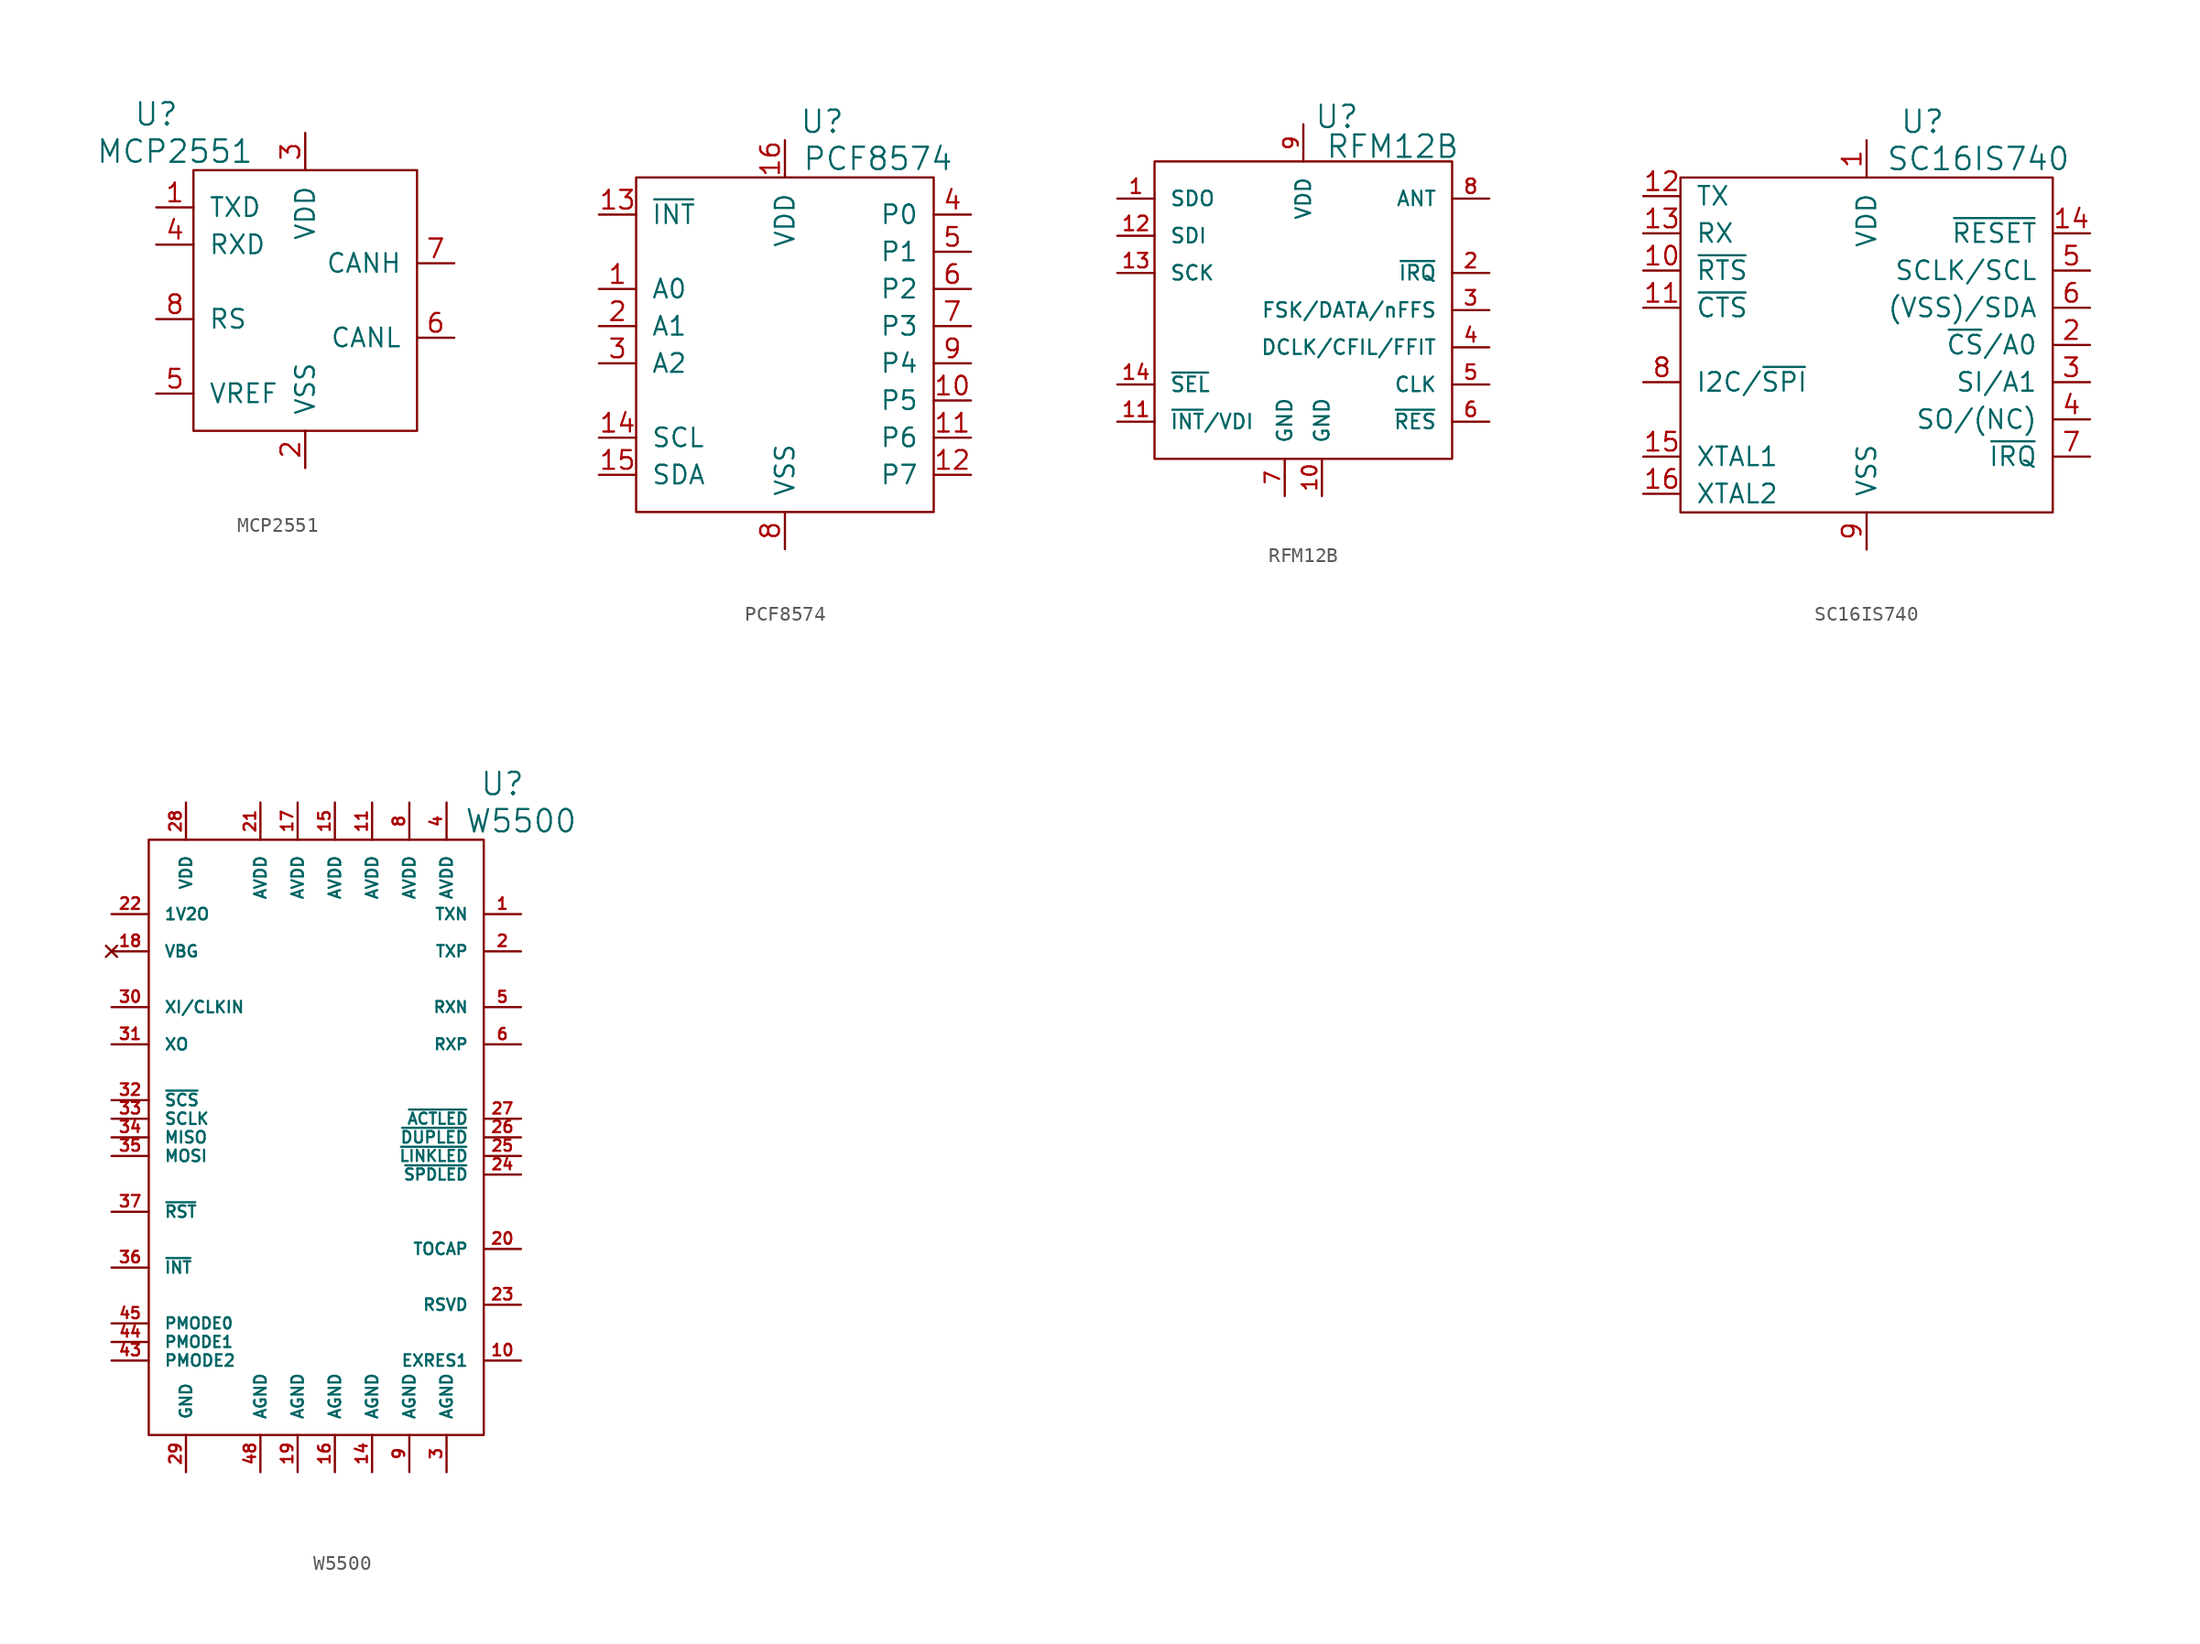
<source format=kicad_sym>
(kicad_symbol_lib
  (version 20220914)
  (generator kicad_symbol_editor)
  (symbol "MCP2551"
    (pin_names
      (offset 1.016))
    (property "Reference" "U"
      (at -10.16 12.7 0)
      (effects (font (size 1.524 1.524))))
    (property "Value" "MCP2551"
      (at -8.89 10.16 0)
      (effects (font (size 1.524 1.524))))
    (property "Footprint" ""
      (at 0 0 0)
      (effects (font (size 1.524 1.524))))
    (property "Datasheet" ""
      (at 0 0 0)
      (effects (font (size 1.524 1.524))))
    (symbol "MCP2551_0_1"
      (rectangle (start -7.62 8.89) (end 7.62 -8.89) (stroke (width 0) (type solid)) (fill (type none))))
    (symbol "MCP2551_1_1"
      (pin passive line (at -10.16 6.35 0) (length 2.54) (name "TXD" (effects (font (size 1.27 1.27)))) (number "1" (effects (font (size 1.27 1.27)))))
      (pin passive line (at 0 -11.43 90) (length 2.54) (name "VSS" (effects (font (size 1.27 1.27)))) (number "2" (effects (font (size 1.27 1.27)))))
      (pin passive line (at 0 11.43 270) (length 2.54) (name "VDD" (effects (font (size 1.27 1.27)))) (number "3" (effects (font (size 1.27 1.27)))))
      (pin passive line (at -10.16 3.81 0) (length 2.54) (name "RXD" (effects (font (size 1.27 1.27)))) (number "4" (effects (font (size 1.27 1.27)))))
      (pin passive line (at -10.16 -6.35 0) (length 2.54) (name "VREF" (effects (font (size 1.27 1.27)))) (number "5" (effects (font (size 1.27 1.27)))))
      (pin passive line (at 10.16 -2.54 180) (length 2.54) (name "CANL" (effects (font (size 1.27 1.27)))) (number "6" (effects (font (size 1.27 1.27)))))
      (pin passive line (at 10.16 2.54 180) (length 2.54) (name "CANH" (effects (font (size 1.27 1.27)))) (number "7" (effects (font (size 1.27 1.27)))))
      (pin passive line (at -10.16 -1.27 0) (length 2.54) (name "RS" (effects (font (size 1.27 1.27)))) (number "8" (effects (font (size 1.27 1.27)))))))
  (symbol "PCF8574"
    (pin_names
      (offset 1.016))
    (property "Reference" "U"
      (at 2.54 15.24 0)
      (effects (font (size 1.524 1.524))))
    (property "Value" "PCF8574"
      (at 6.35 12.7 0)
      (effects (font (size 1.524 1.524))))
    (property "Footprint" ""
      (at 0 0 0)
      (effects (font (size 1.524 1.524))))
    (property "Datasheet" ""
      (at 0 0 0)
      (effects (font (size 1.524 1.524))))
    (symbol "PCF8574_0_1"
      (rectangle (start 10.16 11.43) (end -10.16 -11.43) (stroke (width 0) (type solid)) (fill (type none))))
    (symbol "PCF8574_1_1"
      (pin passive line (at -12.7 3.81 0) (length 2.54) (name "A0" (effects (font (size 1.27 1.27)))) (number "1" (effects (font (size 1.27 1.27)))))
      (pin passive line (at 12.7 -3.81 180) (length 2.54) (name "P5" (effects (font (size 1.27 1.27)))) (number "10" (effects (font (size 1.27 1.27)))))
      (pin passive line (at 12.7 -6.35 180) (length 2.54) (name "P6" (effects (font (size 1.27 1.27)))) (number "11" (effects (font (size 1.27 1.27)))))
      (pin passive line (at 12.7 -8.89 180) (length 2.54) (name "P7" (effects (font (size 1.27 1.27)))) (number "12" (effects (font (size 1.27 1.27)))))
      (pin passive line (at -12.7 8.89 0) (length 2.54) (name "~{INT}" (effects (font (size 1.27 1.27)))) (number "13" (effects (font (size 1.27 1.27)))))
      (pin passive line (at -12.7 -6.35 0) (length 2.54) (name "SCL" (effects (font (size 1.27 1.27)))) (number "14" (effects (font (size 1.27 1.27)))))
      (pin passive line (at -12.7 -8.89 0) (length 2.54) (name "SDA" (effects (font (size 1.27 1.27)))) (number "15" (effects (font (size 1.27 1.27)))))
      (pin passive line (at 0 13.97 270) (length 2.54) (name "VDD" (effects (font (size 1.27 1.27)))) (number "16" (effects (font (size 1.27 1.27)))))
      (pin passive line (at -12.7 1.27 0) (length 2.54) (name "A1" (effects (font (size 1.27 1.27)))) (number "2" (effects (font (size 1.27 1.27)))))
      (pin passive line (at -12.7 -1.27 0) (length 2.54) (name "A2" (effects (font (size 1.27 1.27)))) (number "3" (effects (font (size 1.27 1.27)))))
      (pin passive line (at 12.7 8.89 180) (length 2.54) (name "P0" (effects (font (size 1.27 1.27)))) (number "4" (effects (font (size 1.27 1.27)))))
      (pin passive line (at 12.7 6.35 180) (length 2.54) (name "P1" (effects (font (size 1.27 1.27)))) (number "5" (effects (font (size 1.27 1.27)))))
      (pin passive line (at 12.7 3.81 180) (length 2.54) (name "P2" (effects (font (size 1.27 1.27)))) (number "6" (effects (font (size 1.27 1.27)))))
      (pin passive line (at 12.7 1.27 180) (length 2.54) (name "P3" (effects (font (size 1.27 1.27)))) (number "7" (effects (font (size 1.27 1.27)))))
      (pin passive line (at 0 -13.97 90) (length 2.54) (name "VSS" (effects (font (size 1.27 1.27)))) (number "8" (effects (font (size 1.27 1.27)))))
      (pin passive line (at 12.7 -1.27 180) (length 2.54) (name "P4" (effects (font (size 1.27 1.27)))) (number "9" (effects (font (size 1.27 1.27)))))))
  (symbol "RFM12B"
    (pin_names
      (offset 1.016))
    (property "Reference" "U"
      (at 2.286 13.208 0)
      (effects (font (size 1.524 1.524))))
    (property "Value" "RFM12B"
      (at 6.096 11.176 0)
      (effects (font (size 1.524 1.524))))
    (property "Footprint" ""
      (at 0 0 0)
      (effects (font (size 1.524 1.524))))
    (property "Datasheet" ""
      (at 0 0 0)
      (effects (font (size 1.524 1.524))))
    (symbol "RFM12B_0_1"
      (rectangle (start -10.16 10.16) (end 10.16 -10.16) (stroke (width 0) (type solid)) (fill (type none))))
    (symbol "RFM12B_1_1"
      (pin passive line (at -12.7 7.62 0) (length 2.54) (name "SDO" (effects (font (size 0.991 0.991)))) (number "1" (effects (font (size 0.991 0.991)))))
      (pin passive line (at 1.27 -12.7 90) (length 2.54) (name "GND" (effects (font (size 0.991 0.991)))) (number "10" (effects (font (size 0.991 0.991)))))
      (pin passive line (at -12.7 -7.62 0) (length 2.54) (name "~{INT}/VDI" (effects (font (size 0.991 0.991)))) (number "11" (effects (font (size 0.991 0.991)))))
      (pin passive line (at -12.7 5.08 0) (length 2.54) (name "SDI" (effects (font (size 0.991 0.991)))) (number "12" (effects (font (size 0.991 0.991)))))
      (pin passive line (at -12.7 2.54 0) (length 2.54) (name "SCK" (effects (font (size 0.991 0.991)))) (number "13" (effects (font (size 0.991 0.991)))))
      (pin passive line (at -12.7 -5.08 0) (length 2.54) (name "~{SEL}" (effects (font (size 0.991 0.991)))) (number "14" (effects (font (size 0.991 0.991)))))
      (pin passive line (at 12.7 2.54 180) (length 2.54) (name "~{IRQ}" (effects (font (size 0.991 0.991)))) (number "2" (effects (font (size 0.991 0.991)))))
      (pin passive line (at 12.7 0 180) (length 2.54) (name "FSK/DATA/nFFS" (effects (font (size 0.991 0.991)))) (number "3" (effects (font (size 0.991 0.991)))))
      (pin passive line (at 12.7 -2.54 180) (length 2.54) (name "DCLK/CFIL/FFIT" (effects (font (size 0.991 0.991)))) (number "4" (effects (font (size 0.991 0.991)))))
      (pin passive line (at 12.7 -5.08 180) (length 2.54) (name "CLK" (effects (font (size 0.991 0.991)))) (number "5" (effects (font (size 0.991 0.991)))))
      (pin passive line (at 12.7 -7.62 180) (length 2.54) (name "~{RES}" (effects (font (size 0.991 0.991)))) (number "6" (effects (font (size 0.991 0.991)))))
      (pin passive line (at -1.27 -12.7 90) (length 2.54) (name "GND" (effects (font (size 0.991 0.991)))) (number "7" (effects (font (size 0.991 0.991)))))
      (pin passive line (at 12.7 7.62 180) (length 2.54) (name "ANT" (effects (font (size 0.991 0.991)))) (number "8" (effects (font (size 0.991 0.991)))))
      (pin passive line (at 0 12.7 270) (length 2.54) (name "VDD" (effects (font (size 0.991 0.991)))) (number "9" (effects (font (size 0.991 0.991)))))))
  (symbol "SC16IS740"
    (pin_names
      (offset 1.016))
    (property "Reference" "U"
      (at 3.81 15.24 0)
      (effects (font (size 1.524 1.524))))
    (property "Value" "SC16IS740"
      (at 7.62 12.7 0)
      (effects (font (size 1.524 1.524))))
    (property "Footprint" ""
      (at 0 0 0)
      (effects (font (size 1.524 1.524))))
    (property "Datasheet" ""
      (at 0 0 0)
      (effects (font (size 1.524 1.524))))
    (symbol "SC16IS740_0_1"
      (rectangle (start -12.7 11.43) (end 12.7 -11.43) (stroke (width 0) (type solid)) (fill (type none))))
    (symbol "SC16IS740_1_1"
      (pin passive line (at 0 13.97 270) (length 2.54) (name "VDD" (effects (font (size 1.27 1.27)))) (number "1" (effects (font (size 1.27 1.27)))))
      (pin passive line (at -15.24 5.08 0) (length 2.54) (name "~{RTS}" (effects (font (size 1.27 1.27)))) (number "10" (effects (font (size 1.27 1.27)))))
      (pin passive line (at -15.24 2.54 0) (length 2.54) (name "~{CTS}" (effects (font (size 1.27 1.27)))) (number "11" (effects (font (size 1.27 1.27)))))
      (pin passive line (at -15.24 10.16 0) (length 2.54) (name "TX" (effects (font (size 1.27 1.27)))) (number "12" (effects (font (size 1.27 1.27)))))
      (pin passive line (at -15.24 7.62 0) (length 2.54) (name "RX" (effects (font (size 1.27 1.27)))) (number "13" (effects (font (size 1.27 1.27)))))
      (pin passive line (at 15.24 7.62 180) (length 2.54) (name "~{RESET}" (effects (font (size 1.27 1.27)))) (number "14" (effects (font (size 1.27 1.27)))))
      (pin passive line (at -15.24 -7.62 0) (length 2.54) (name "XTAL1" (effects (font (size 1.27 1.27)))) (number "15" (effects (font (size 1.27 1.27)))))
      (pin passive line (at -15.24 -10.16 0) (length 2.54) (name "XTAL2" (effects (font (size 1.27 1.27)))) (number "16" (effects (font (size 1.27 1.27)))))
      (pin passive line (at 15.24 0 180) (length 2.54) (name "~{CS}/A0" (effects (font (size 1.27 1.27)))) (number "2" (effects (font (size 1.27 1.27)))))
      (pin passive line (at 15.24 -2.54 180) (length 2.54) (name "SI/A1" (effects (font (size 1.27 1.27)))) (number "3" (effects (font (size 1.27 1.27)))))
      (pin passive line (at 15.24 -5.08 180) (length 2.54) (name "SO/(NC)" (effects (font (size 1.27 1.27)))) (number "4" (effects (font (size 1.27 1.27)))))
      (pin passive line (at 15.24 5.08 180) (length 2.54) (name "SCLK/SCL" (effects (font (size 1.27 1.27)))) (number "5" (effects (font (size 1.27 1.27)))))
      (pin passive line (at 15.24 2.54 180) (length 2.54) (name "(VSS)/SDA" (effects (font (size 1.27 1.27)))) (number "6" (effects (font (size 1.27 1.27)))))
      (pin passive line (at 15.24 -7.62 180) (length 2.54) (name "~{IRQ}" (effects (font (size 1.27 1.27)))) (number "7" (effects (font (size 1.27 1.27)))))
      (pin passive line (at -15.24 -2.54 0) (length 2.54) (name "I2C/~{SPI}" (effects (font (size 1.27 1.27)))) (number "8" (effects (font (size 1.27 1.27)))))
      (pin passive line (at 0 -13.97 90) (length 2.54) (name "VSS" (effects (font (size 1.27 1.27)))) (number "9" (effects (font (size 1.27 1.27)))))))
  (symbol "W5500"
    (pin_names
      (offset 1.016))
    (property "Reference" "U"
      (at 12.7 24.13 0)
      (effects (font (size 1.524 1.524))))
    (property "Value" "W5500"
      (at 13.97 21.59 0)
      (effects (font (size 1.524 1.524))))
    (property "Footprint" ""
      (at 0 1.27 0)
      (effects (font (size 1.524 1.524))))
    (property "Datasheet" ""
      (at 0 0 0)
      (effects (font (size 1.524 1.524))))
    (symbol "W5500_0_1"
      (rectangle (start -11.43 20.32) (end 11.43 -20.32) (stroke (width 0) (type solid)) (fill (type none))))
    (symbol "W5500_1_1"
      (pin passive line (at 13.97 15.24 180) (length 2.54) (name "TXN" (effects (font (size 0.787 0.787)))) (number "1" (effects (font (size 0.787 0.787)))))
      (pin passive line (at 13.97 -15.24 180) (length 2.54) (name "EXRES1" (effects (font (size 0.787 0.787)))) (number "10" (effects (font (size 0.787 0.787)))))
      (pin passive line (at 3.81 22.86 270) (length 2.54) (name "AVDD" (effects (font (size 0.787 0.787)))) (number "11" (effects (font (size 0.787 0.787)))))
      (pin passive line (at 3.81 -22.86 90) (length 2.54) (name "AGND" (effects (font (size 0.787 0.787)))) (number "14" (effects (font (size 0.787 0.787)))))
      (pin passive line (at 1.27 22.86 270) (length 2.54) (name "AVDD" (effects (font (size 0.787 0.787)))) (number "15" (effects (font (size 0.787 0.787)))))
      (pin passive line (at 1.27 -22.86 90) (length 2.54) (name "AGND" (effects (font (size 0.787 0.787)))) (number "16" (effects (font (size 0.787 0.787)))))
      (pin passive line (at -1.27 22.86 270) (length 2.54) (name "AVDD" (effects (font (size 0.787 0.787)))) (number "17" (effects (font (size 0.787 0.787)))))
      (pin no_connect line (at -13.97 12.7 0) (length 2.54) (name "VBG" (effects (font (size 0.787 0.787)))) (number "18" (effects (font (size 0.787 0.787)))))
      (pin passive line (at -1.27 -22.86 90) (length 2.54) (name "AGND" (effects (font (size 0.787 0.787)))) (number "19" (effects (font (size 0.787 0.787)))))
      (pin passive line (at 13.97 12.7 180) (length 2.54) (name "TXP" (effects (font (size 0.787 0.787)))) (number "2" (effects (font (size 0.787 0.787)))))
      (pin passive line (at 13.97 -7.62 180) (length 2.54) (name "TOCAP" (effects (font (size 0.787 0.787)))) (number "20" (effects (font (size 0.787 0.787)))))
      (pin passive line (at -3.81 22.86 270) (length 2.54) (name "AVDD" (effects (font (size 0.787 0.787)))) (number "21" (effects (font (size 0.787 0.787)))))
      (pin passive line (at -13.97 15.24 0) (length 2.54) (name "1V2O" (effects (font (size 0.787 0.787)))) (number "22" (effects (font (size 0.787 0.787)))))
      (pin passive line (at 13.97 -11.43 180) (length 2.54) (name "RSVD" (effects (font (size 0.787 0.787)))) (number "23" (effects (font (size 0.787 0.787)))))
      (pin passive line (at 13.97 -2.54 180) (length 2.54) (name "~{SPDLED}" (effects (font (size 0.762 0.762)))) (number "24" (effects (font (size 0.762 0.762)))))
      (pin passive line (at 13.97 -1.27 180) (length 2.54) (name "~{LINKLED}" (effects (font (size 0.762 0.762)))) (number "25" (effects (font (size 0.762 0.762)))))
      (pin passive line (at 13.97 0 180) (length 2.54) (name "~{DUPLED}" (effects (font (size 0.787 0.787)))) (number "26" (effects (font (size 0.787 0.787)))))
      (pin passive line (at 13.97 1.27 180) (length 2.54) (name "~{ACTLED}" (effects (font (size 0.762 0.762)))) (number "27" (effects (font (size 0.762 0.762)))))
      (pin passive line (at -8.89 22.86 270) (length 2.54) (name "VDD" (effects (font (size 0.787 0.787)))) (number "28" (effects (font (size 0.787 0.787)))))
      (pin passive line (at -8.89 -22.86 90) (length 2.54) (name "GND" (effects (font (size 0.787 0.787)))) (number "29" (effects (font (size 0.787 0.787)))))
      (pin passive line (at 8.89 -22.86 90) (length 2.54) (name "AGND" (effects (font (size 0.787 0.787)))) (number "3" (effects (font (size 0.787 0.787)))))
      (pin passive line (at -13.97 8.89 0) (length 2.54) (name "XI/CLKIN" (effects (font (size 0.787 0.787)))) (number "30" (effects (font (size 0.787 0.787)))))
      (pin passive line (at -13.97 6.35 0) (length 2.54) (name "XO" (effects (font (size 0.787 0.787)))) (number "31" (effects (font (size 0.787 0.787)))))
      (pin passive line (at -13.97 2.54 0) (length 2.54) (name "~{SCS}" (effects (font (size 0.787 0.787)))) (number "32" (effects (font (size 0.787 0.787)))))
      (pin passive line (at -13.97 1.27 0) (length 2.54) (name "SCLK" (effects (font (size 0.787 0.787)))) (number "33" (effects (font (size 0.787 0.787)))))
      (pin passive line (at -13.97 0 0) (length 2.54) (name "MISO" (effects (font (size 0.787 0.787)))) (number "34" (effects (font (size 0.787 0.787)))))
      (pin passive line (at -13.97 -1.27 0) (length 2.54) (name "MOSI" (effects (font (size 0.787 0.787)))) (number "35" (effects (font (size 0.787 0.787)))))
      (pin passive line (at -13.97 -8.89 0) (length 2.54) (name "~{INT}" (effects (font (size 0.787 0.787)))) (number "36" (effects (font (size 0.787 0.787)))))
      (pin passive line (at -13.97 -5.08 0) (length 2.54) (name "~{RST}" (effects (font (size 0.787 0.787)))) (number "37" (effects (font (size 0.787 0.787)))))
      (pin passive line (at 8.89 22.86 270) (length 2.54) (name "AVDD" (effects (font (size 0.787 0.787)))) (number "4" (effects (font (size 0.787 0.787)))))
      (pin passive line (at -13.97 -15.24 0) (length 2.54) (name "PMODE2" (effects (font (size 0.787 0.787)))) (number "43" (effects (font (size 0.787 0.787)))))
      (pin passive line (at -13.97 -13.97 0) (length 2.54) (name "PMODE1" (effects (font (size 0.762 0.762)))) (number "44" (effects (font (size 0.762 0.762)))))
      (pin passive line (at -13.97 -12.7 0) (length 2.54) (name "PMODE0" (effects (font (size 0.762 0.762)))) (number "45" (effects (font (size 0.762 0.762)))))
      (pin passive line (at -3.81 -22.86 90) (length 2.54) (name "AGND" (effects (font (size 0.787 0.787)))) (number "48" (effects (font (size 0.787 0.787)))))
      (pin passive line (at 13.97 8.89 180) (length 2.54) (name "RXN" (effects (font (size 0.762 0.762)))) (number "5" (effects (font (size 0.762 0.762)))))
      (pin passive line (at 13.97 6.35 180) (length 2.54) (name "RXP" (effects (font (size 0.762 0.762)))) (number "6" (effects (font (size 0.762 0.762)))))
      (pin passive line (at 6.35 22.86 270) (length 2.54) (name "AVDD" (effects (font (size 0.787 0.787)))) (number "8" (effects (font (size 0.787 0.787)))))
      (pin passive line (at 6.35 -22.86 90) (length 2.54) (name "AGND" (effects (font (size 0.787 0.787)))) (number "9" (effects (font (size 0.787 0.787))))))))
</source>
